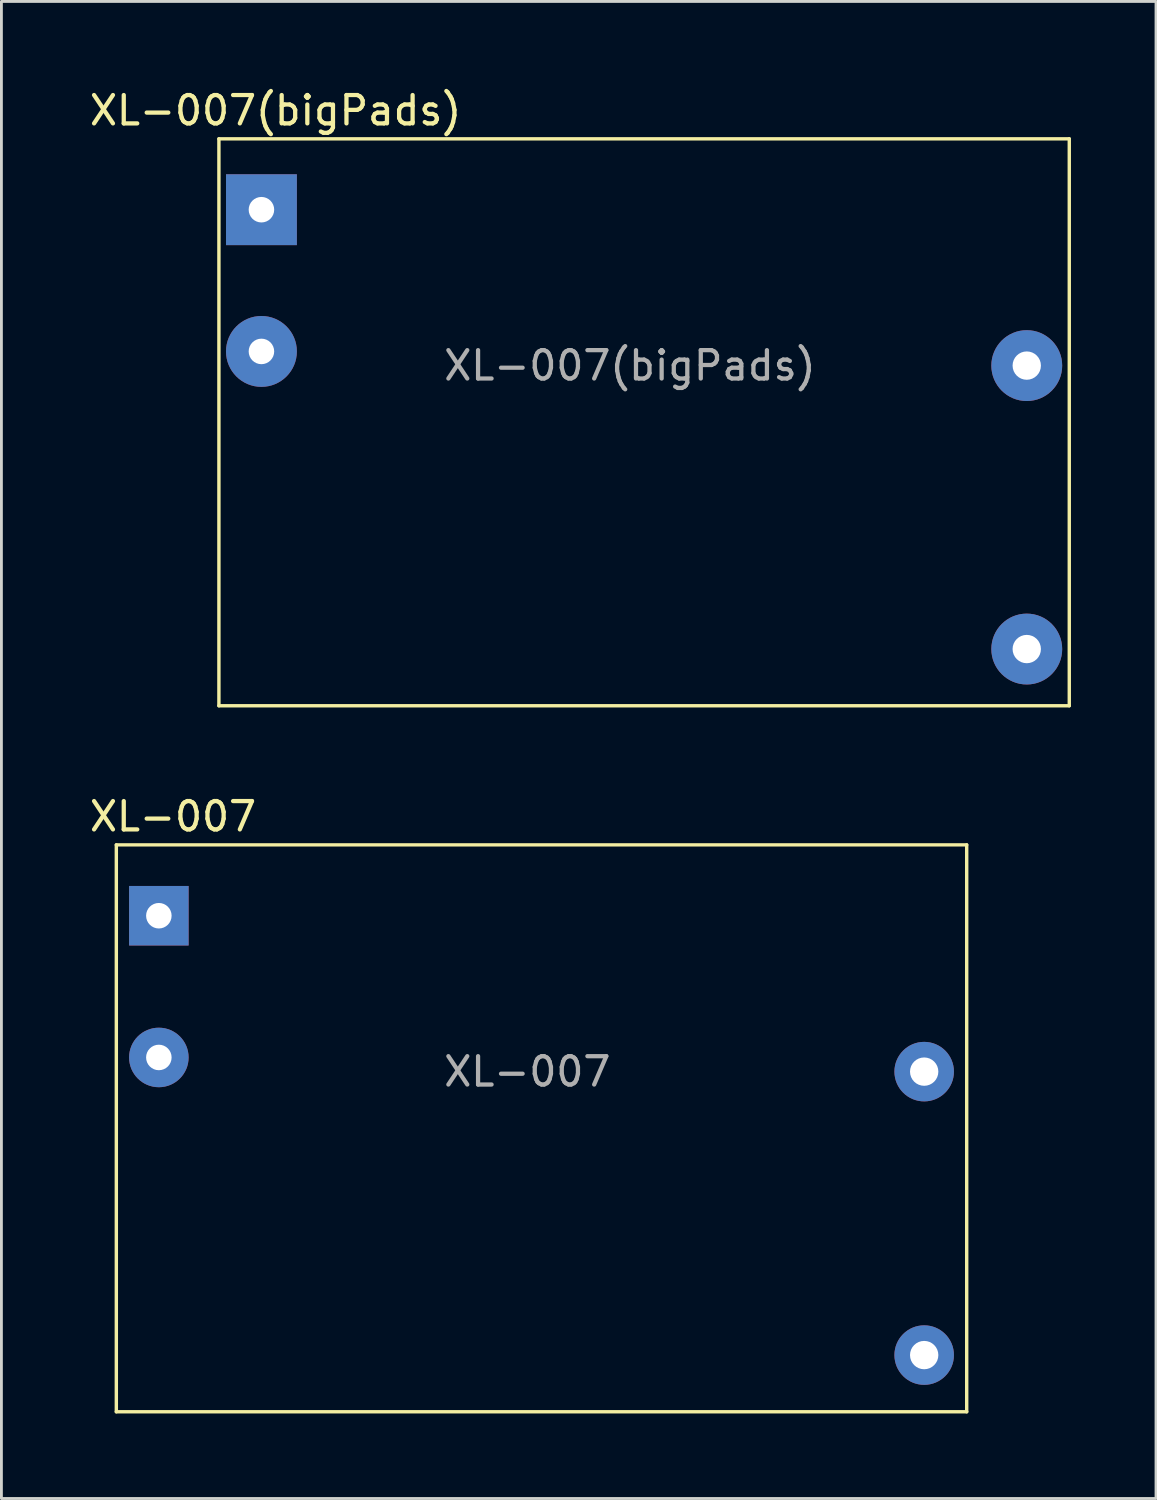
<source format=kicad_pcb>
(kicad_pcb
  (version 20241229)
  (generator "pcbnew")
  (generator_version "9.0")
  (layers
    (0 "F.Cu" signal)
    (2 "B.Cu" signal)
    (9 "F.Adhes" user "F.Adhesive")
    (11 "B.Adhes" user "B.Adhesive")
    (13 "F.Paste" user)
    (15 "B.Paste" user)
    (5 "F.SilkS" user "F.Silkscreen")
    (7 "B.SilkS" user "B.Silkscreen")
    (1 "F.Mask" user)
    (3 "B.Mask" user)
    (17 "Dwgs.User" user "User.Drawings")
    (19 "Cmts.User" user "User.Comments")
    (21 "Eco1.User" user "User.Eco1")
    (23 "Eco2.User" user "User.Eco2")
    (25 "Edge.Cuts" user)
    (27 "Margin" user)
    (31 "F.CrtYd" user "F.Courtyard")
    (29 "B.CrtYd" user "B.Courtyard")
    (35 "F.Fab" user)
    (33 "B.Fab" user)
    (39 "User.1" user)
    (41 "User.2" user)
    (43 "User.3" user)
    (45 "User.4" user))
  (footprint "XL-007(bigPads)"
    (layer "F.Cu")
    (at 6.173 4.348)
    (property "Reference" "XL-007(bigPads)" (at 0.5 -3.5 180) (layer "F.SilkS") (effects (font (size 1 1) (thickness 0.15))))
    (attr through_hole)
    (fp_line (start -1.5 -2.5) (end -1.5 17.5) (stroke (width 0.12) (type solid)) (layer "F.SilkS"))
    (fp_line (start -1.5 17.5) (end 28.5 17.5) (stroke (width 0.12) (type solid)) (layer "F.SilkS"))
    (fp_line (start 28.5 -2.5) (end -1.5 -2.5) (stroke (width 0.12) (type solid)) (layer "F.SilkS"))
    (fp_line (start 28.5 17.5) (end 28.5 -2.5) (stroke (width 0.12) (type solid)) (layer "F.SilkS"))
    (fp_text user "${REFERENCE}" (at 13 5.5 0) (layer "F.Fab") (effects (font (size 1 1) (thickness 0.15))))
    (pad "1" thru_hole rect (at 0 0) (size 2.5 2.5) (drill 0.9) (layers "*.Cu" "*.Mask"))
    (pad "2" thru_hole circle (at 0 5) (size 2.5 2.5) (drill 0.9) (layers "*.Cu" "*.Mask"))
    (pad "3" thru_hole circle (at 27 15.5) (size 2.5 2.5) (drill 1) (layers "*.Cu" "*.Mask"))
    (pad "4" thru_hole circle (at 27 5.5) (size 2.5 2.5) (drill 1) (layers "*.Cu" "*.Mask")))
  (footprint "XL-007"
    (layer "F.Cu")
    (at 2.554 29.256)
    (property "Reference" "XL-007" (at 0.5 -3.5 180) (layer "F.SilkS") (effects (font (size 1 1) (thickness 0.15))))
    (attr through_hole)
    (fp_line (start -1.5 -2.5) (end -1.5 17.5) (stroke (width 0.12) (type solid)) (layer "F.SilkS"))
    (fp_line (start -1.5 17.5) (end 28.5 17.5) (stroke (width 0.12) (type solid)) (layer "F.SilkS"))
    (fp_line (start 28.5 -2.5) (end -1.5 -2.5) (stroke (width 0.12) (type solid)) (layer "F.SilkS"))
    (fp_line (start 28.5 17.5) (end 28.5 -2.5) (stroke (width 0.12) (type solid)) (layer "F.SilkS"))
    (fp_text user "${REFERENCE}" (at 13 5.5 0) (layer "F.Fab") (effects (font (size 1 1) (thickness 0.15))))
    (pad "1" thru_hole rect (at 0 0) (size 2.1 2.1) (drill 0.9) (layers "*.Cu" "*.Mask"))
    (pad "2" thru_hole circle (at 0 5) (size 2.1 2.1) (drill 0.9) (layers "*.Cu" "*.Mask"))
    (pad "3" thru_hole circle (at 27 5.5) (size 2.1 2.1) (drill 1) (layers "*.Cu" "*.Mask"))
    (pad "4" thru_hole circle (at 27 15.5) (size 2.1 2.1) (drill 1) (layers "*.Cu" "*.Mask")))
  (gr_rect
    (start -3 -3)
    (end 37.733 49.816)
    (stroke (width 0.1) (type default))
    (fill no)
    (layer "Edge.Cuts")))
</source>
